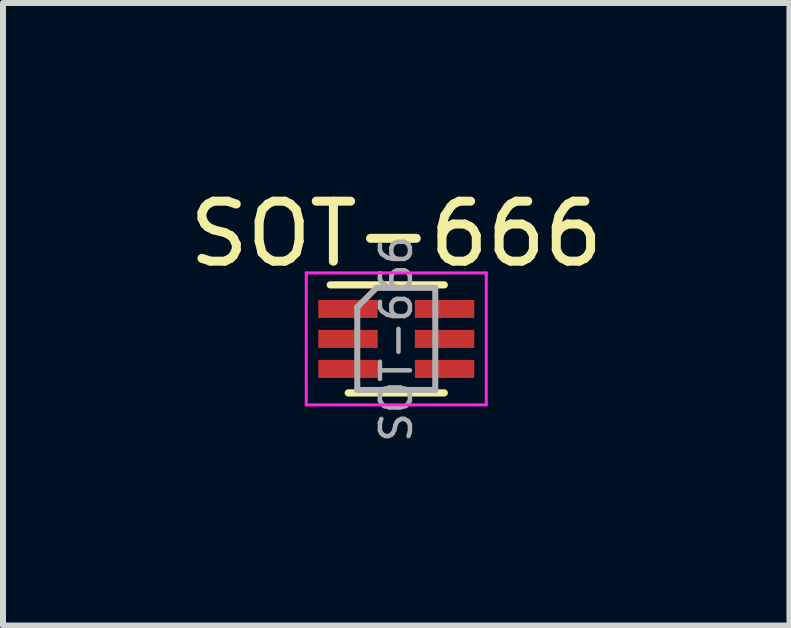
<source format=kicad_pcb>
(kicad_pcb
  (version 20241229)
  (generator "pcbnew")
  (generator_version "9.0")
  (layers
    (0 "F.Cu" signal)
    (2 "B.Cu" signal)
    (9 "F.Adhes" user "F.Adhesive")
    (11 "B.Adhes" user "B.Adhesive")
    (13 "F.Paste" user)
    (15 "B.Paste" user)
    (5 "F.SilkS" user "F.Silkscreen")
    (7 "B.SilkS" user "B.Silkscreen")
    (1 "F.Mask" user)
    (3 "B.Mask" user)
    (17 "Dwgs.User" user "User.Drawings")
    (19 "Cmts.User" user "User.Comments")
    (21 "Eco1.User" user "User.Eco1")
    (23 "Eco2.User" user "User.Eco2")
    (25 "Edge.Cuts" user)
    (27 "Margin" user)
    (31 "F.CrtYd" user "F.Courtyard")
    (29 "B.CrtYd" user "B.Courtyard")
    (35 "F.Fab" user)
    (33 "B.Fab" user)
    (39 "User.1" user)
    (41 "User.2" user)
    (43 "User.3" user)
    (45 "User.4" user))
  (footprint "SOT-666"
    (layer "F.Cu")
    (at 3.554 2.598)
    (property "Reference" "SOT-666" (at 0 -1.75 0) (layer "F.SilkS") (effects (font (size 1 1) (thickness 0.15))))
    (attr smd)
    (fp_line (start -0.8 0.9) (end 0.8 0.9) (stroke (width 0.12) (type solid)) (layer "F.SilkS"))
    (fp_line (start 0.8 -0.9) (end -1.1 -0.9) (stroke (width 0.12) (type solid)) (layer "F.SilkS"))
    (fp_line (start -1.5 -1.1) (end -1.5 1.1) (stroke (width 0.05) (type solid)) (layer "F.CrtYd"))
    (fp_line (start -1.5 -1.1) (end 1.5 -1.1) (stroke (width 0.05) (type solid)) (layer "F.CrtYd"))
    (fp_line (start -1.5 1.1) (end 1.5 1.1) (stroke (width 0.05) (type solid)) (layer "F.CrtYd"))
    (fp_line (start 1.5 1.1) (end 1.5 -1.1) (stroke (width 0.05) (type solid)) (layer "F.CrtYd"))
    (fp_line (start -0.65 -0.53) (end -0.65 0.85) (stroke (width 0.1) (type solid)) (layer "F.Fab"))
    (fp_line (start -0.65 -0.53) (end -0.33 -0.85) (stroke (width 0.1) (type solid)) (layer "F.Fab"))
    (fp_line (start 0.65 -0.85) (end -0.33 -0.85) (stroke (width 0.1) (type solid)) (layer "F.Fab"))
    (fp_line (start 0.65 -0.85) (end 0.65 0.85) (stroke (width 0.1) (type solid)) (layer "F.Fab"))
    (fp_line (start 0.65 0.85) (end -0.65 0.85) (stroke (width 0.1) (type solid)) (layer "F.Fab"))
    (fp_text user "${REFERENCE}" (at 0 0 90) (layer "F.Fab") (effects (font (size 0.5 0.5) (thickness 0.075))))
    (pad "1" smd rect (at -0.805 -0.5) (size 0.99 0.3) (layers "F.Cu" "F.Mask" "F.Paste"))
    (pad "2" smd rect (at -0.805 0) (size 0.99 0.3) (layers "F.Cu" "F.Mask" "F.Paste"))
    (pad "3" smd rect (at -0.805 0.5) (size 0.99 0.3) (layers "F.Cu" "F.Mask" "F.Paste"))
    (pad "4" smd rect (at 0.805 0.5) (size 0.99 0.3) (layers "F.Cu" "F.Mask" "F.Paste"))
    (pad "5" smd rect (at 0.805 0) (size 0.99 0.3) (layers "F.Cu" "F.Mask" "F.Paste"))
    (pad "6" smd rect (at 0.805 -0.5) (size 0.99 0.3) (layers "F.Cu" "F.Mask" "F.Paste")))
  (gr_rect
    (start -3 -3)
    (end 10.107 7.375)
    (stroke (width 0.1) (type default))
    (fill no)
    (layer "Edge.Cuts")))
</source>
